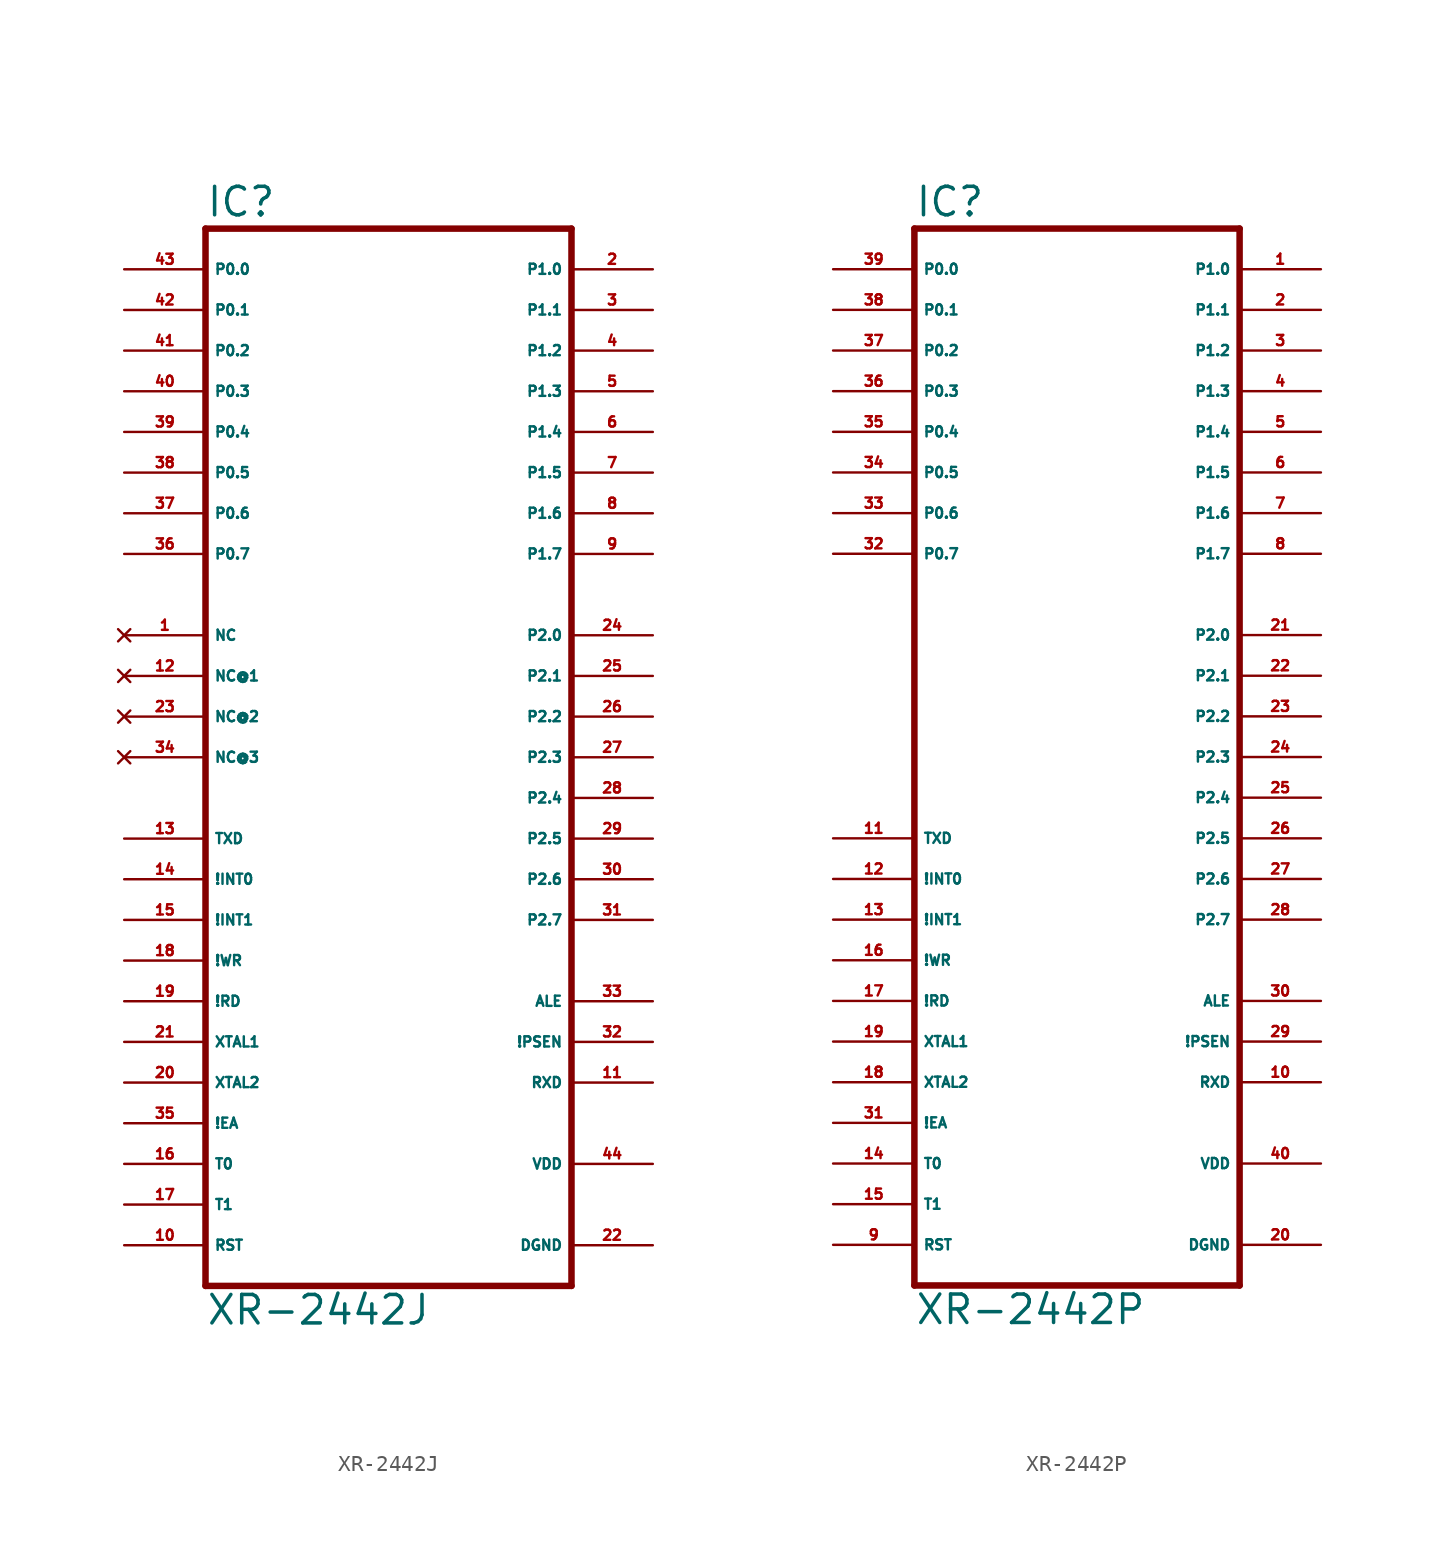
<source format=kicad_sym>
(kicad_symbol_lib
  (version 20220914)
  (generator Eagle2Kicad)
  (symbol "XR-2442J"
    (property "Reference" "IC"
      (at -10.16 31.115 0)
      (effects (font (size 1.778 1.778) (thickness 0.22)) (justify left bottom)))
    (property "Value" "XR-2442J"
      (at -10.16 -38.1 0)
      (effects (font (size 1.778 1.778) (thickness 0.22)) (justify left bottom)))
    (polyline
      (pts (xy -10.16 30.48) (xy 12.7 30.48))
      (stroke (width 0.406) (type default))
      (fill (type none)))
    (polyline
      (pts (xy 12.7 30.48) (xy 12.7 -35.56))
      (stroke (width 0.406) (type default))
      (fill (type none)))
    (polyline
      (pts (xy 12.7 -35.56) (xy -10.16 -35.56))
      (stroke (width 0.406) (type default))
      (fill (type none)))
    (polyline
      (pts (xy -10.16 -35.56) (xy -10.16 30.48))
      (stroke (width 0.406) (type default))
      (fill (type none)))
    (pin bidirectional line
      (at -15.24 27.94 0)
      (length 5.08)
      (name "P0.0" (effects (font (size 0.635 0.635) (thickness 0.08)) (justify left bottom)))
      (number "43" (effects (font (size 0.635 0.635) (thickness 0.08)) (justify left bottom))))
    (pin bidirectional line
      (at -15.24 25.4 0)
      (length 5.08)
      (name "P0.1" (effects (font (size 0.635 0.635) (thickness 0.08)) (justify left bottom)))
      (number "42" (effects (font (size 0.635 0.635) (thickness 0.08)) (justify left bottom))))
    (pin bidirectional line
      (at -15.24 22.86 0)
      (length 5.08)
      (name "P0.2" (effects (font (size 0.635 0.635) (thickness 0.08)) (justify left bottom)))
      (number "41" (effects (font (size 0.635 0.635) (thickness 0.08)) (justify left bottom))))
    (pin bidirectional line
      (at -15.24 20.32 0)
      (length 5.08)
      (name "P0.3" (effects (font (size 0.635 0.635) (thickness 0.08)) (justify left bottom)))
      (number "40" (effects (font (size 0.635 0.635) (thickness 0.08)) (justify left bottom))))
    (pin bidirectional line
      (at -15.24 17.78 0)
      (length 5.08)
      (name "P0.4" (effects (font (size 0.635 0.635) (thickness 0.08)) (justify left bottom)))
      (number "39" (effects (font (size 0.635 0.635) (thickness 0.08)) (justify left bottom))))
    (pin bidirectional line
      (at -15.24 15.24 0)
      (length 5.08)
      (name "P0.5" (effects (font (size 0.635 0.635) (thickness 0.08)) (justify left bottom)))
      (number "38" (effects (font (size 0.635 0.635) (thickness 0.08)) (justify left bottom))))
    (pin bidirectional line
      (at -15.24 12.7 0)
      (length 5.08)
      (name "P0.6" (effects (font (size 0.635 0.635) (thickness 0.08)) (justify left bottom)))
      (number "37" (effects (font (size 0.635 0.635) (thickness 0.08)) (justify left bottom))))
    (pin bidirectional line
      (at -15.24 10.16 0)
      (length 5.08)
      (name "P0.7" (effects (font (size 0.635 0.635) (thickness 0.08)) (justify left bottom)))
      (number "36" (effects (font (size 0.635 0.635) (thickness 0.08)) (justify left bottom))))
    (pin bidirectional line
      (at 17.78 25.4 180)
      (length 5.08)
      (name "P1.1" (effects (font (size 0.635 0.635) (thickness 0.08)) (justify left bottom)))
      (number "3" (effects (font (size 0.635 0.635) (thickness 0.08)) (justify left bottom))))
    (pin bidirectional line
      (at 17.78 22.86 180)
      (length 5.08)
      (name "P1.2" (effects (font (size 0.635 0.635) (thickness 0.08)) (justify left bottom)))
      (number "4" (effects (font (size 0.635 0.635) (thickness 0.08)) (justify left bottom))))
    (pin bidirectional line
      (at 17.78 20.32 180)
      (length 5.08)
      (name "P1.3" (effects (font (size 0.635 0.635) (thickness 0.08)) (justify left bottom)))
      (number "5" (effects (font (size 0.635 0.635) (thickness 0.08)) (justify left bottom))))
    (pin bidirectional line
      (at 17.78 17.78 180)
      (length 5.08)
      (name "P1.4" (effects (font (size 0.635 0.635) (thickness 0.08)) (justify left bottom)))
      (number "6" (effects (font (size 0.635 0.635) (thickness 0.08)) (justify left bottom))))
    (pin bidirectional line
      (at 17.78 15.24 180)
      (length 5.08)
      (name "P1.5" (effects (font (size 0.635 0.635) (thickness 0.08)) (justify left bottom)))
      (number "7" (effects (font (size 0.635 0.635) (thickness 0.08)) (justify left bottom))))
    (pin bidirectional line
      (at 17.78 12.7 180)
      (length 5.08)
      (name "P1.6" (effects (font (size 0.635 0.635) (thickness 0.08)) (justify left bottom)))
      (number "8" (effects (font (size 0.635 0.635) (thickness 0.08)) (justify left bottom))))
    (pin bidirectional line
      (at 17.78 10.16 180)
      (length 5.08)
      (name "P1.7" (effects (font (size 0.635 0.635) (thickness 0.08)) (justify left bottom)))
      (number "9" (effects (font (size 0.635 0.635) (thickness 0.08)) (justify left bottom))))
    (pin bidirectional line
      (at 17.78 27.94 180)
      (length 5.08)
      (name "P1.0" (effects (font (size 0.635 0.635) (thickness 0.08)) (justify left bottom)))
      (number "2" (effects (font (size 0.635 0.635) (thickness 0.08)) (justify left bottom))))
    (pin input line
      (at -15.24 -7.62 0)
      (length 5.08)
      (name "TXD" (effects (font (size 0.635 0.635) (thickness 0.08)) (justify left bottom)))
      (number "13" (effects (font (size 0.635 0.635) (thickness 0.08)) (justify left bottom))))
    (pin input line
      (at -15.24 -10.16 0)
      (length 5.08)
      (name "!INT0" (effects (font (size 0.635 0.635) (thickness 0.08)) (justify left bottom)))
      (number "14" (effects (font (size 0.635 0.635) (thickness 0.08)) (justify left bottom))))
    (pin input line
      (at -15.24 -12.7 0)
      (length 5.08)
      (name "!INT1" (effects (font (size 0.635 0.635) (thickness 0.08)) (justify left bottom)))
      (number "15" (effects (font (size 0.635 0.635) (thickness 0.08)) (justify left bottom))))
    (pin input line
      (at -15.24 -15.24 0)
      (length 5.08)
      (name "!WR" (effects (font (size 0.635 0.635) (thickness 0.08)) (justify left bottom)))
      (number "18" (effects (font (size 0.635 0.635) (thickness 0.08)) (justify left bottom))))
    (pin input line
      (at -15.24 -17.78 0)
      (length 5.08)
      (name "!RD" (effects (font (size 0.635 0.635) (thickness 0.08)) (justify left bottom)))
      (number "19" (effects (font (size 0.635 0.635) (thickness 0.08)) (justify left bottom))))
    (pin input line
      (at -15.24 -20.32 0)
      (length 5.08)
      (name "XTAL1" (effects (font (size 0.635 0.635) (thickness 0.08)) (justify left bottom)))
      (number "21" (effects (font (size 0.635 0.635) (thickness 0.08)) (justify left bottom))))
    (pin input line
      (at -15.24 -22.86 0)
      (length 5.08)
      (name "XTAL2" (effects (font (size 0.635 0.635) (thickness 0.08)) (justify left bottom)))
      (number "20" (effects (font (size 0.635 0.635) (thickness 0.08)) (justify left bottom))))
    (pin output line
      (at 17.78 -20.32 180)
      (length 5.08)
      (name "!PSEN" (effects (font (size 0.635 0.635) (thickness 0.08)) (justify left bottom)))
      (number "32" (effects (font (size 0.635 0.635) (thickness 0.08)) (justify left bottom))))
    (pin output line
      (at 17.78 -17.78 180)
      (length 5.08)
      (name "ALE" (effects (font (size 0.635 0.635) (thickness 0.08)) (justify left bottom)))
      (number "33" (effects (font (size 0.635 0.635) (thickness 0.08)) (justify left bottom))))
    (pin input line
      (at -15.24 -25.4 0)
      (length 5.08)
      (name "!EA" (effects (font (size 0.635 0.635) (thickness 0.08)) (justify left bottom)))
      (number "35" (effects (font (size 0.635 0.635) (thickness 0.08)) (justify left bottom))))
    (pin bidirectional line
      (at 17.78 5.08 180)
      (length 5.08)
      (name "P2.0" (effects (font (size 0.635 0.635) (thickness 0.08)) (justify left bottom)))
      (number "24" (effects (font (size 0.635 0.635) (thickness 0.08)) (justify left bottom))))
    (pin bidirectional line
      (at 17.78 2.54 180)
      (length 5.08)
      (name "P2.1" (effects (font (size 0.635 0.635) (thickness 0.08)) (justify left bottom)))
      (number "25" (effects (font (size 0.635 0.635) (thickness 0.08)) (justify left bottom))))
    (pin bidirectional line
      (at 17.78 0 180)
      (length 5.08)
      (name "P2.2" (effects (font (size 0.635 0.635) (thickness 0.08)) (justify left bottom)))
      (number "26" (effects (font (size 0.635 0.635) (thickness 0.08)) (justify left bottom))))
    (pin bidirectional line
      (at 17.78 -2.54 180)
      (length 5.08)
      (name "P2.3" (effects (font (size 0.635 0.635) (thickness 0.08)) (justify left bottom)))
      (number "27" (effects (font (size 0.635 0.635) (thickness 0.08)) (justify left bottom))))
    (pin bidirectional line
      (at 17.78 -5.08 180)
      (length 5.08)
      (name "P2.4" (effects (font (size 0.635 0.635) (thickness 0.08)) (justify left bottom)))
      (number "28" (effects (font (size 0.635 0.635) (thickness 0.08)) (justify left bottom))))
    (pin bidirectional line
      (at 17.78 -7.62 180)
      (length 5.08)
      (name "P2.5" (effects (font (size 0.635 0.635) (thickness 0.08)) (justify left bottom)))
      (number "29" (effects (font (size 0.635 0.635) (thickness 0.08)) (justify left bottom))))
    (pin bidirectional line
      (at 17.78 -10.16 180)
      (length 5.08)
      (name "P2.6" (effects (font (size 0.635 0.635) (thickness 0.08)) (justify left bottom)))
      (number "30" (effects (font (size 0.635 0.635) (thickness 0.08)) (justify left bottom))))
    (pin bidirectional line
      (at 17.78 -12.7 180)
      (length 5.08)
      (name "P2.7" (effects (font (size 0.635 0.635) (thickness 0.08)) (justify left bottom)))
      (number "31" (effects (font (size 0.635 0.635) (thickness 0.08)) (justify left bottom))))
    (pin input line
      (at -15.24 -27.94 0)
      (length 5.08)
      (name "T0" (effects (font (size 0.635 0.635) (thickness 0.08)) (justify left bottom)))
      (number "16" (effects (font (size 0.635 0.635) (thickness 0.08)) (justify left bottom))))
    (pin input line
      (at -15.24 -30.48 0)
      (length 5.08)
      (name "T1" (effects (font (size 0.635 0.635) (thickness 0.08)) (justify left bottom)))
      (number "17" (effects (font (size 0.635 0.635) (thickness 0.08)) (justify left bottom))))
    (pin unspecified line
      (at 17.78 -27.94 180)
      (length 5.08)
      (name "VDD" (effects (font (size 0.635 0.635) (thickness 0.08)) (justify left bottom)))
      (number "44" (effects (font (size 0.635 0.635) (thickness 0.08)) (justify left bottom))))
    (pin unspecified line
      (at 17.78 -33.02 180)
      (length 5.08)
      (name "DGND" (effects (font (size 0.635 0.635) (thickness 0.08)) (justify left bottom)))
      (number "22" (effects (font (size 0.635 0.635) (thickness 0.08)) (justify left bottom))))
    (pin input line
      (at -15.24 -33.02 0)
      (length 5.08)
      (name "RST" (effects (font (size 0.635 0.635) (thickness 0.08)) (justify left bottom)))
      (number "10" (effects (font (size 0.635 0.635) (thickness 0.08)) (justify left bottom))))
    (pin output line
      (at 17.78 -22.86 180)
      (length 5.08)
      (name "RXD" (effects (font (size 0.635 0.635) (thickness 0.08)) (justify left bottom)))
      (number "11" (effects (font (size 0.635 0.635) (thickness 0.08)) (justify left bottom))))
    (pin no_connect line
      (at -15.24 5.08 0)
      (length 5.08)
      (name "NC" (effects (font (size 0.635 0.635) (thickness 0.08)) (justify left bottom) hide))
      (number "1" (effects (font (size 0.635 0.635) (thickness 0.08)) (justify left bottom) hide)))
    (pin no_connect line
      (at -15.24 2.54 0)
      (length 5.08)
      (name "NC@1" (effects (font (size 0.635 0.635) (thickness 0.08)) (justify left bottom) hide))
      (number "12" (effects (font (size 0.635 0.635) (thickness 0.08)) (justify left bottom) hide)))
    (pin no_connect line
      (at -15.24 0 0)
      (length 5.08)
      (name "NC@2" (effects (font (size 0.635 0.635) (thickness 0.08)) (justify left bottom) hide))
      (number "23" (effects (font (size 0.635 0.635) (thickness 0.08)) (justify left bottom) hide)))
    (pin no_connect line
      (at -15.24 -2.54 0)
      (length 5.08)
      (name "NC@3" (effects (font (size 0.635 0.635) (thickness 0.08)) (justify left bottom) hide))
      (number "34" (effects (font (size 0.635 0.635) (thickness 0.08)) (justify left bottom) hide))))
  (symbol "XR-2442P"
    (property "Reference" "IC"
      (at -10.16 31.115 0)
      (effects (font (size 1.778 1.778) (thickness 0.22)) (justify left bottom)))
    (property "Value" "XR-2442P"
      (at -10.16 -38.1 0)
      (effects (font (size 1.778 1.778) (thickness 0.22)) (justify left bottom)))
    (polyline
      (pts (xy -10.16 30.48) (xy 10.16 30.48))
      (stroke (width 0.406) (type default))
      (fill (type none)))
    (polyline
      (pts (xy 10.16 30.48) (xy 10.16 -35.56))
      (stroke (width 0.406) (type default))
      (fill (type none)))
    (polyline
      (pts (xy 10.16 -35.56) (xy -10.16 -35.56))
      (stroke (width 0.406) (type default))
      (fill (type none)))
    (polyline
      (pts (xy -10.16 -35.56) (xy -10.16 30.48))
      (stroke (width 0.406) (type default))
      (fill (type none)))
    (pin bidirectional line
      (at -15.24 27.94 0)
      (length 5.08)
      (name "P0.0" (effects (font (size 0.635 0.635) (thickness 0.08)) (justify left bottom)))
      (number "39" (effects (font (size 0.635 0.635) (thickness 0.08)) (justify left bottom))))
    (pin bidirectional line
      (at -15.24 25.4 0)
      (length 5.08)
      (name "P0.1" (effects (font (size 0.635 0.635) (thickness 0.08)) (justify left bottom)))
      (number "38" (effects (font (size 0.635 0.635) (thickness 0.08)) (justify left bottom))))
    (pin bidirectional line
      (at -15.24 22.86 0)
      (length 5.08)
      (name "P0.2" (effects (font (size 0.635 0.635) (thickness 0.08)) (justify left bottom)))
      (number "37" (effects (font (size 0.635 0.635) (thickness 0.08)) (justify left bottom))))
    (pin bidirectional line
      (at -15.24 20.32 0)
      (length 5.08)
      (name "P0.3" (effects (font (size 0.635 0.635) (thickness 0.08)) (justify left bottom)))
      (number "36" (effects (font (size 0.635 0.635) (thickness 0.08)) (justify left bottom))))
    (pin bidirectional line
      (at -15.24 17.78 0)
      (length 5.08)
      (name "P0.4" (effects (font (size 0.635 0.635) (thickness 0.08)) (justify left bottom)))
      (number "35" (effects (font (size 0.635 0.635) (thickness 0.08)) (justify left bottom))))
    (pin bidirectional line
      (at -15.24 15.24 0)
      (length 5.08)
      (name "P0.5" (effects (font (size 0.635 0.635) (thickness 0.08)) (justify left bottom)))
      (number "34" (effects (font (size 0.635 0.635) (thickness 0.08)) (justify left bottom))))
    (pin bidirectional line
      (at -15.24 12.7 0)
      (length 5.08)
      (name "P0.6" (effects (font (size 0.635 0.635) (thickness 0.08)) (justify left bottom)))
      (number "33" (effects (font (size 0.635 0.635) (thickness 0.08)) (justify left bottom))))
    (pin bidirectional line
      (at -15.24 10.16 0)
      (length 5.08)
      (name "P0.7" (effects (font (size 0.635 0.635) (thickness 0.08)) (justify left bottom)))
      (number "32" (effects (font (size 0.635 0.635) (thickness 0.08)) (justify left bottom))))
    (pin bidirectional line
      (at 15.24 25.4 180)
      (length 5.08)
      (name "P1.1" (effects (font (size 0.635 0.635) (thickness 0.08)) (justify left bottom)))
      (number "2" (effects (font (size 0.635 0.635) (thickness 0.08)) (justify left bottom))))
    (pin bidirectional line
      (at 15.24 22.86 180)
      (length 5.08)
      (name "P1.2" (effects (font (size 0.635 0.635) (thickness 0.08)) (justify left bottom)))
      (number "3" (effects (font (size 0.635 0.635) (thickness 0.08)) (justify left bottom))))
    (pin bidirectional line
      (at 15.24 20.32 180)
      (length 5.08)
      (name "P1.3" (effects (font (size 0.635 0.635) (thickness 0.08)) (justify left bottom)))
      (number "4" (effects (font (size 0.635 0.635) (thickness 0.08)) (justify left bottom))))
    (pin bidirectional line
      (at 15.24 17.78 180)
      (length 5.08)
      (name "P1.4" (effects (font (size 0.635 0.635) (thickness 0.08)) (justify left bottom)))
      (number "5" (effects (font (size 0.635 0.635) (thickness 0.08)) (justify left bottom))))
    (pin bidirectional line
      (at 15.24 15.24 180)
      (length 5.08)
      (name "P1.5" (effects (font (size 0.635 0.635) (thickness 0.08)) (justify left bottom)))
      (number "6" (effects (font (size 0.635 0.635) (thickness 0.08)) (justify left bottom))))
    (pin bidirectional line
      (at 15.24 12.7 180)
      (length 5.08)
      (name "P1.6" (effects (font (size 0.635 0.635) (thickness 0.08)) (justify left bottom)))
      (number "7" (effects (font (size 0.635 0.635) (thickness 0.08)) (justify left bottom))))
    (pin bidirectional line
      (at 15.24 10.16 180)
      (length 5.08)
      (name "P1.7" (effects (font (size 0.635 0.635) (thickness 0.08)) (justify left bottom)))
      (number "8" (effects (font (size 0.635 0.635) (thickness 0.08)) (justify left bottom))))
    (pin bidirectional line
      (at 15.24 27.94 180)
      (length 5.08)
      (name "P1.0" (effects (font (size 0.635 0.635) (thickness 0.08)) (justify left bottom)))
      (number "1" (effects (font (size 0.635 0.635) (thickness 0.08)) (justify left bottom))))
    (pin input line
      (at -15.24 -7.62 0)
      (length 5.08)
      (name "TXD" (effects (font (size 0.635 0.635) (thickness 0.08)) (justify left bottom)))
      (number "11" (effects (font (size 0.635 0.635) (thickness 0.08)) (justify left bottom))))
    (pin input line
      (at -15.24 -10.16 0)
      (length 5.08)
      (name "!INT0" (effects (font (size 0.635 0.635) (thickness 0.08)) (justify left bottom)))
      (number "12" (effects (font (size 0.635 0.635) (thickness 0.08)) (justify left bottom))))
    (pin input line
      (at -15.24 -12.7 0)
      (length 5.08)
      (name "!INT1" (effects (font (size 0.635 0.635) (thickness 0.08)) (justify left bottom)))
      (number "13" (effects (font (size 0.635 0.635) (thickness 0.08)) (justify left bottom))))
    (pin input line
      (at -15.24 -15.24 0)
      (length 5.08)
      (name "!WR" (effects (font (size 0.635 0.635) (thickness 0.08)) (justify left bottom)))
      (number "16" (effects (font (size 0.635 0.635) (thickness 0.08)) (justify left bottom))))
    (pin input line
      (at -15.24 -17.78 0)
      (length 5.08)
      (name "!RD" (effects (font (size 0.635 0.635) (thickness 0.08)) (justify left bottom)))
      (number "17" (effects (font (size 0.635 0.635) (thickness 0.08)) (justify left bottom))))
    (pin input line
      (at -15.24 -20.32 0)
      (length 5.08)
      (name "XTAL1" (effects (font (size 0.635 0.635) (thickness 0.08)) (justify left bottom)))
      (number "19" (effects (font (size 0.635 0.635) (thickness 0.08)) (justify left bottom))))
    (pin input line
      (at -15.24 -22.86 0)
      (length 5.08)
      (name "XTAL2" (effects (font (size 0.635 0.635) (thickness 0.08)) (justify left bottom)))
      (number "18" (effects (font (size 0.635 0.635) (thickness 0.08)) (justify left bottom))))
    (pin output line
      (at 15.24 -20.32 180)
      (length 5.08)
      (name "!PSEN" (effects (font (size 0.635 0.635) (thickness 0.08)) (justify left bottom)))
      (number "29" (effects (font (size 0.635 0.635) (thickness 0.08)) (justify left bottom))))
    (pin output line
      (at 15.24 -17.78 180)
      (length 5.08)
      (name "ALE" (effects (font (size 0.635 0.635) (thickness 0.08)) (justify left bottom)))
      (number "30" (effects (font (size 0.635 0.635) (thickness 0.08)) (justify left bottom))))
    (pin input line
      (at -15.24 -25.4 0)
      (length 5.08)
      (name "!EA" (effects (font (size 0.635 0.635) (thickness 0.08)) (justify left bottom)))
      (number "31" (effects (font (size 0.635 0.635) (thickness 0.08)) (justify left bottom))))
    (pin bidirectional line
      (at 15.24 5.08 180)
      (length 5.08)
      (name "P2.0" (effects (font (size 0.635 0.635) (thickness 0.08)) (justify left bottom)))
      (number "21" (effects (font (size 0.635 0.635) (thickness 0.08)) (justify left bottom))))
    (pin bidirectional line
      (at 15.24 2.54 180)
      (length 5.08)
      (name "P2.1" (effects (font (size 0.635 0.635) (thickness 0.08)) (justify left bottom)))
      (number "22" (effects (font (size 0.635 0.635) (thickness 0.08)) (justify left bottom))))
    (pin bidirectional line
      (at 15.24 0 180)
      (length 5.08)
      (name "P2.2" (effects (font (size 0.635 0.635) (thickness 0.08)) (justify left bottom)))
      (number "23" (effects (font (size 0.635 0.635) (thickness 0.08)) (justify left bottom))))
    (pin bidirectional line
      (at 15.24 -2.54 180)
      (length 5.08)
      (name "P2.3" (effects (font (size 0.635 0.635) (thickness 0.08)) (justify left bottom)))
      (number "24" (effects (font (size 0.635 0.635) (thickness 0.08)) (justify left bottom))))
    (pin bidirectional line
      (at 15.24 -5.08 180)
      (length 5.08)
      (name "P2.4" (effects (font (size 0.635 0.635) (thickness 0.08)) (justify left bottom)))
      (number "25" (effects (font (size 0.635 0.635) (thickness 0.08)) (justify left bottom))))
    (pin bidirectional line
      (at 15.24 -7.62 180)
      (length 5.08)
      (name "P2.5" (effects (font (size 0.635 0.635) (thickness 0.08)) (justify left bottom)))
      (number "26" (effects (font (size 0.635 0.635) (thickness 0.08)) (justify left bottom))))
    (pin bidirectional line
      (at 15.24 -10.16 180)
      (length 5.08)
      (name "P2.6" (effects (font (size 0.635 0.635) (thickness 0.08)) (justify left bottom)))
      (number "27" (effects (font (size 0.635 0.635) (thickness 0.08)) (justify left bottom))))
    (pin bidirectional line
      (at 15.24 -12.7 180)
      (length 5.08)
      (name "P2.7" (effects (font (size 0.635 0.635) (thickness 0.08)) (justify left bottom)))
      (number "28" (effects (font (size 0.635 0.635) (thickness 0.08)) (justify left bottom))))
    (pin input line
      (at -15.24 -27.94 0)
      (length 5.08)
      (name "T0" (effects (font (size 0.635 0.635) (thickness 0.08)) (justify left bottom)))
      (number "14" (effects (font (size 0.635 0.635) (thickness 0.08)) (justify left bottom))))
    (pin input line
      (at -15.24 -30.48 0)
      (length 5.08)
      (name "T1" (effects (font (size 0.635 0.635) (thickness 0.08)) (justify left bottom)))
      (number "15" (effects (font (size 0.635 0.635) (thickness 0.08)) (justify left bottom))))
    (pin unspecified line
      (at 15.24 -27.94 180)
      (length 5.08)
      (name "VDD" (effects (font (size 0.635 0.635) (thickness 0.08)) (justify left bottom)))
      (number "40" (effects (font (size 0.635 0.635) (thickness 0.08)) (justify left bottom))))
    (pin unspecified line
      (at 15.24 -33.02 180)
      (length 5.08)
      (name "DGND" (effects (font (size 0.635 0.635) (thickness 0.08)) (justify left bottom)))
      (number "20" (effects (font (size 0.635 0.635) (thickness 0.08)) (justify left bottom))))
    (pin input line
      (at -15.24 -33.02 0)
      (length 5.08)
      (name "RST" (effects (font (size 0.635 0.635) (thickness 0.08)) (justify left bottom)))
      (number "9" (effects (font (size 0.635 0.635) (thickness 0.08)) (justify left bottom))))
    (pin output line
      (at 15.24 -22.86 180)
      (length 5.08)
      (name "RXD" (effects (font (size 0.635 0.635) (thickness 0.08)) (justify left bottom)))
      (number "10" (effects (font (size 0.635 0.635) (thickness 0.08)) (justify left bottom))))))
</source>
